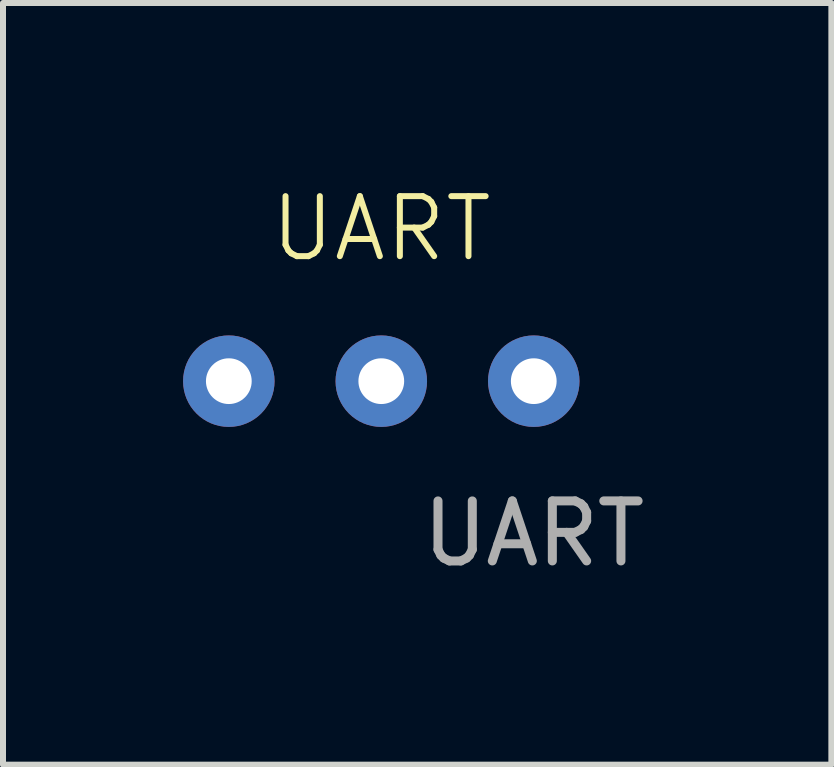
<source format=kicad_pcb>
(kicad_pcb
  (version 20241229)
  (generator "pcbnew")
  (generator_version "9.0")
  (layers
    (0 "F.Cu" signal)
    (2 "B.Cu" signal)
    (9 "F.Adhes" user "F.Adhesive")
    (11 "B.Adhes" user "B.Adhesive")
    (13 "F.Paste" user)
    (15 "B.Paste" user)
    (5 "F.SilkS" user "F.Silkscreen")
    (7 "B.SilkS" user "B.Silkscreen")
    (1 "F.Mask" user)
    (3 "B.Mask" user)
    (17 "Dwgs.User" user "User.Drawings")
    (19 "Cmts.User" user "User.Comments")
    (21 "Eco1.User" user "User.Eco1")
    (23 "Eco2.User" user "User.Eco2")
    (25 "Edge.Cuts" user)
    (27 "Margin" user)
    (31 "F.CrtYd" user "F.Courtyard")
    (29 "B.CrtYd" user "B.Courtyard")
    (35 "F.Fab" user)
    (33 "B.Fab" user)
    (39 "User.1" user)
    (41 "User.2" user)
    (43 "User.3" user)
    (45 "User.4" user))
  (footprint "UART"
    (layer "F.Cu")
    (at 0.762 3.3)
    (property "Reference" "UART" (at 2.54 -2.54 0) (unlocked yes) (layer "F.SilkS") (effects (font (size 1 1) (thickness 0.1))))
    (attr through_hole)
    (fp_text user "${REFERENCE}" (at 5.08 2.54 0) (unlocked yes) (layer "F.Fab") (effects (font (size 1 1) (thickness 0.15))))
    (pad "1" thru_hole circle (at 0 0) (size 1.524 1.524) (drill 0.762) (layers "*.Cu" "*.Mask"))
    (pad "2" thru_hole circle (at 2.54 0) (size 1.524 1.524) (drill 0.762) (layers "*.Cu" "*.Mask"))
    (pad "3" thru_hole circle (at 5.08 0) (size 1.524 1.524) (drill 0.762) (layers "*.Cu" "*.Mask")))
  (gr_rect
    (start -3 -3)
    (end 10.8 9.689)
    (stroke (width 0.1) (type default))
    (fill no)
    (layer "Edge.Cuts")))
</source>
